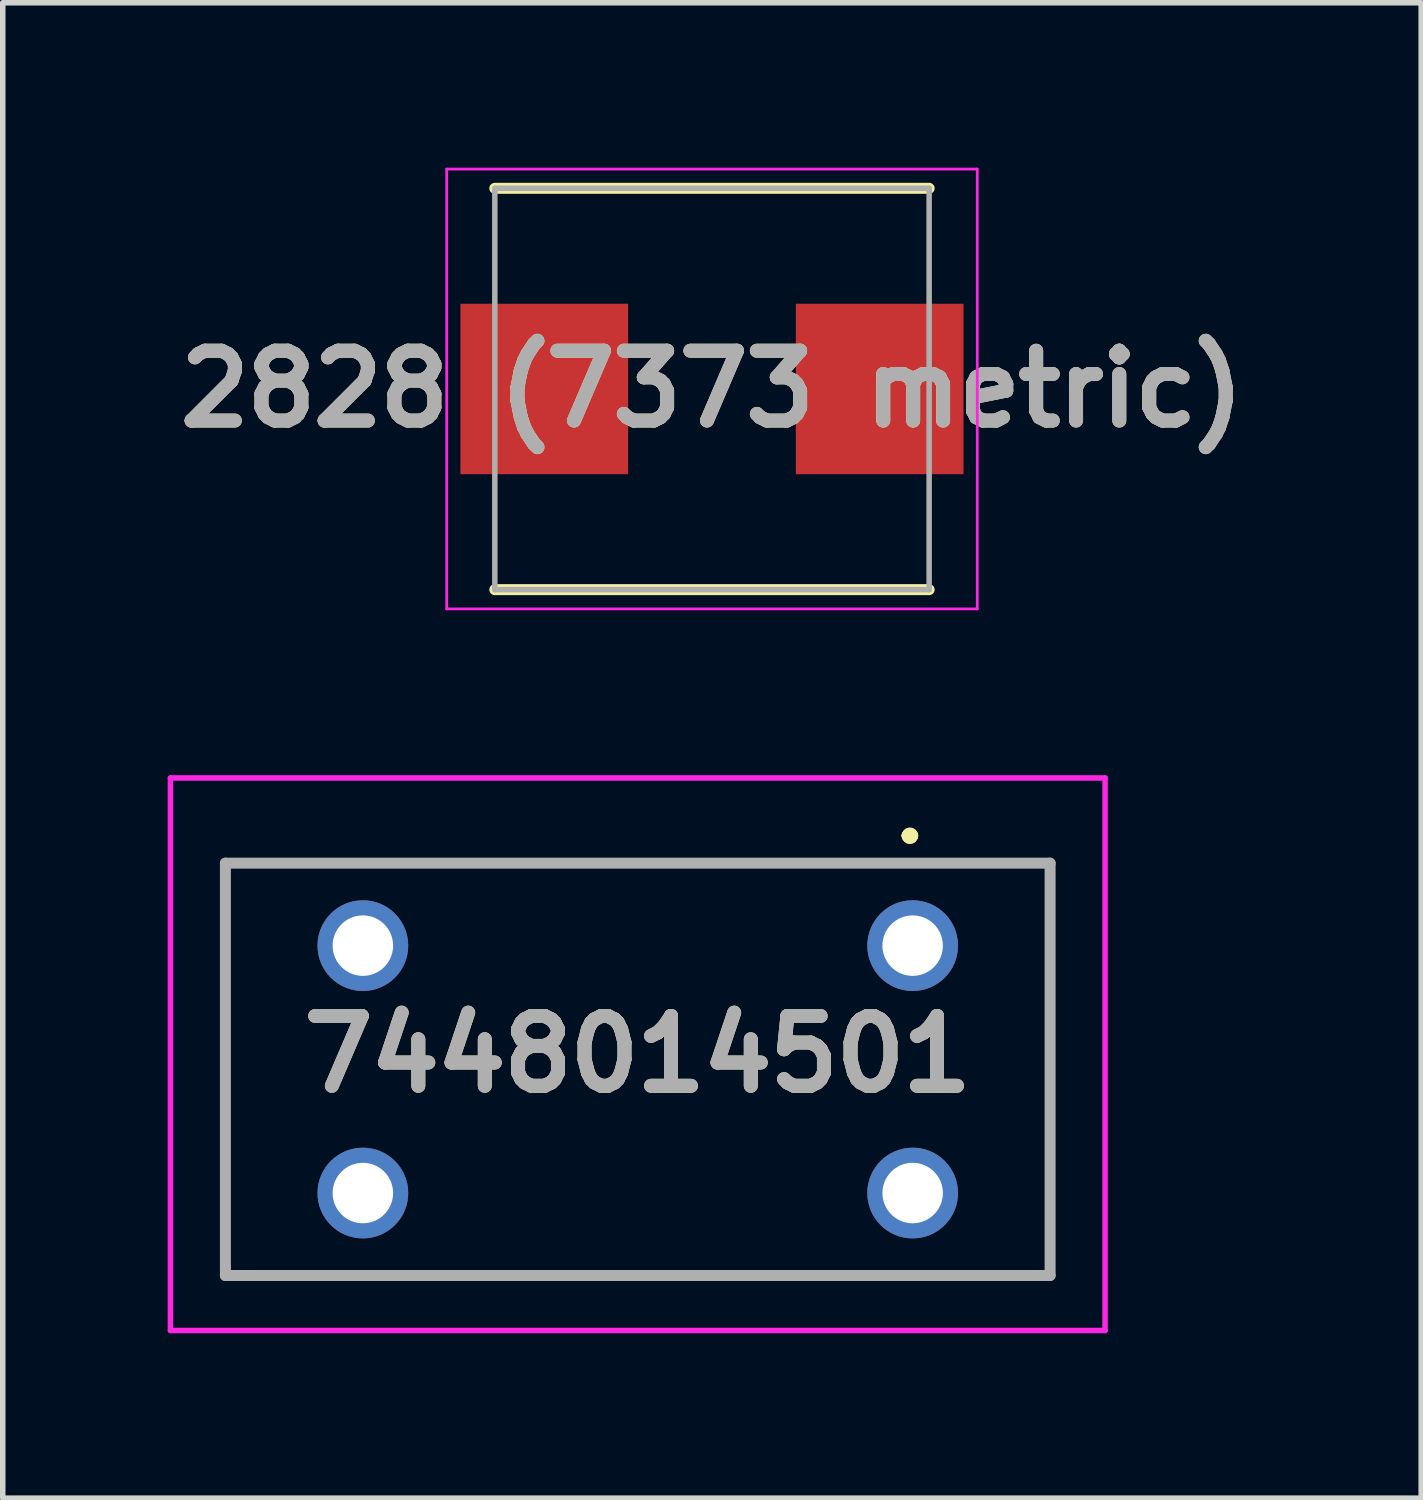
<source format=kicad_pcb>
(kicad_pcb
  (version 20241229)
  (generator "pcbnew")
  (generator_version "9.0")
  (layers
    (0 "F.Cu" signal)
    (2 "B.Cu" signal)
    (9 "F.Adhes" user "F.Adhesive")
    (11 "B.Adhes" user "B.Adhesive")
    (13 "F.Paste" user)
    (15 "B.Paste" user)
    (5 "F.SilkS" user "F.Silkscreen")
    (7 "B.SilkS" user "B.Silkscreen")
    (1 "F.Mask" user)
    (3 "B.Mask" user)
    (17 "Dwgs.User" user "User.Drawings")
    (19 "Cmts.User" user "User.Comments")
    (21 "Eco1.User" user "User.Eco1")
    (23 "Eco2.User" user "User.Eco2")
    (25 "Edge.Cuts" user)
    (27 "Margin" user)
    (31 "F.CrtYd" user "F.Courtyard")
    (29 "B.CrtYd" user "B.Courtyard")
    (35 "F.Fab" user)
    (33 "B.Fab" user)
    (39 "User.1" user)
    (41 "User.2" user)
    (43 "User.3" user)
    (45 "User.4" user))
  (footprint "7448014501"
    (layer "F.Cu")
    (at 13.55 14.15)
    (property "Reference" "7448014501" (at -5 1.975 0) (layer "F.SilkS") (effects (font (size 1.27 1.27) (thickness 0.254))))
    (attr through_hole)
    (fp_line (start -12.5 -1.5) (end 2.5 -1.5) (stroke (width 0.1) (type solid)) (layer "F.SilkS"))
    (fp_line (start -12.5 6) (end -12.5 -1.5) (stroke (width 0.1) (type solid)) (layer "F.SilkS"))
    (fp_line (start -0.1 -2) (end -0.1 -2) (stroke (width 0.2) (type solid)) (layer "F.SilkS"))
    (fp_line (start -0.1 -2) (end -0.1 -2) (stroke (width 0.2) (type solid)) (layer "F.SilkS"))
    (fp_line (start 0 -2) (end 0 -2) (stroke (width 0.2) (type solid)) (layer "F.SilkS"))
    (fp_line (start 2.5 -1.5) (end 2.5 6) (stroke (width 0.1) (type solid)) (layer "F.SilkS"))
    (fp_line (start 2.5 6) (end -12.5 6) (stroke (width 0.1) (type solid)) (layer "F.SilkS"))
    (fp_arc (start -0.1 -2) (mid -0.05 -2.05) (end 0 -2) (stroke (width 0.2) (type solid)) (layer "F.SilkS"))
    (fp_arc (start 0 -2) (mid -0.05 -1.95) (end -0.1 -2) (stroke (width 0.2) (type solid)) (layer "F.SilkS"))
    (fp_arc (start 0 -2) (mid -0.05 -1.95) (end -0.1 -2) (stroke (width 0.2) (type solid)) (layer "F.SilkS"))
    (fp_line (start -13.5 -3.05) (end 3.5 -3.05) (stroke (width 0.1) (type solid)) (layer "F.CrtYd"))
    (fp_line (start -13.5 7) (end -13.5 -3.05) (stroke (width 0.1) (type solid)) (layer "F.CrtYd"))
    (fp_line (start 3.5 -3.05) (end 3.5 7) (stroke (width 0.1) (type solid)) (layer "F.CrtYd"))
    (fp_line (start 3.5 7) (end -13.5 7) (stroke (width 0.1) (type solid)) (layer "F.CrtYd"))
    (fp_line (start -12.5 -1.5) (end -12.5 6) (stroke (width 0.2) (type solid)) (layer "F.Fab"))
    (fp_line (start -12.5 6) (end 2.5 6) (stroke (width 0.2) (type solid)) (layer "F.Fab"))
    (fp_line (start 2.5 -1.5) (end -12.5 -1.5) (stroke (width 0.2) (type solid)) (layer "F.Fab"))
    (fp_line (start 2.5 6) (end 2.5 -1.5) (stroke (width 0.2) (type solid)) (layer "F.Fab"))
    (fp_text user "${REFERENCE}" (at -5 1.975 0) (layer "F.Fab") (effects (font (size 1.27 1.27) (thickness 0.254))))
    (pad "1" thru_hole circle (at 0 0) (size 1.65 1.65) (drill 1.1) (layers "*.Cu" "*.Mask"))
    (pad "2" thru_hole circle (at -10 0) (size 1.65 1.65) (drill 1.1) (layers "*.Cu" "*.Mask"))
    (pad "3" thru_hole circle (at -10 4.5) (size 1.65 1.65) (drill 1.1) (layers "*.Cu" "*.Mask"))
    (pad "4" thru_hole circle (at 0 4.5) (size 1.65 1.65) (drill 1.1) (layers "*.Cu" "*.Mask")))
  (footprint "2828 (7373 metric)"
    (layer "F.Cu")
    (at 9.9 4.025)
    (property "Reference" "2828 (7373 metric)" (at 0 0 0) (layer "F.SilkS") (effects (font (size 1.27 1.27) (thickness 0.254))))
    (attr smd)
    (fp_line (start -3.95 3.65) (end 3.95 3.65) (stroke (width 0.2) (type solid)) (layer "F.SilkS"))
    (fp_line (start 3.95 -3.65) (end -3.95 -3.65) (stroke (width 0.2) (type solid)) (layer "F.SilkS"))
    (fp_line (start -4.825 -4) (end 4.825 -4) (stroke (width 0.05) (type solid)) (layer "F.CrtYd"))
    (fp_line (start -4.825 4) (end -4.825 -4) (stroke (width 0.05) (type solid)) (layer "F.CrtYd"))
    (fp_line (start 4.825 -4) (end 4.825 4) (stroke (width 0.05) (type solid)) (layer "F.CrtYd"))
    (fp_line (start 4.825 4) (end -4.825 4) (stroke (width 0.05) (type solid)) (layer "F.CrtYd"))
    (fp_line (start -3.95 -3.65) (end 3.95 -3.65) (stroke (width 0.1) (type solid)) (layer "F.Fab"))
    (fp_line (start -3.95 3.65) (end -3.95 -3.65) (stroke (width 0.1) (type solid)) (layer "F.Fab"))
    (fp_line (start 3.95 -3.65) (end 3.95 3.65) (stroke (width 0.1) (type solid)) (layer "F.Fab"))
    (fp_line (start 3.95 3.65) (end -3.95 3.65) (stroke (width 0.1) (type solid)) (layer "F.Fab"))
    (fp_text user "${REFERENCE}" (at 0 0 0) (layer "F.Fab") (effects (font (size 1.27 1.27) (thickness 0.254))))
    (pad "1" smd rect (at -3.05 0) (size 3.05 3.1) (layers "F.Cu" "F.Mask" "F.Paste"))
    (pad "2" smd rect (at 3.05 0) (size 3.05 3.1) (layers "F.Cu" "F.Mask" "F.Paste")))
  (gr_rect
    (start -3 -3)
    (end 22.8 24.2)
    (stroke (width 0.1) (type default))
    (fill no)
    (layer "Edge.Cuts")))
</source>
